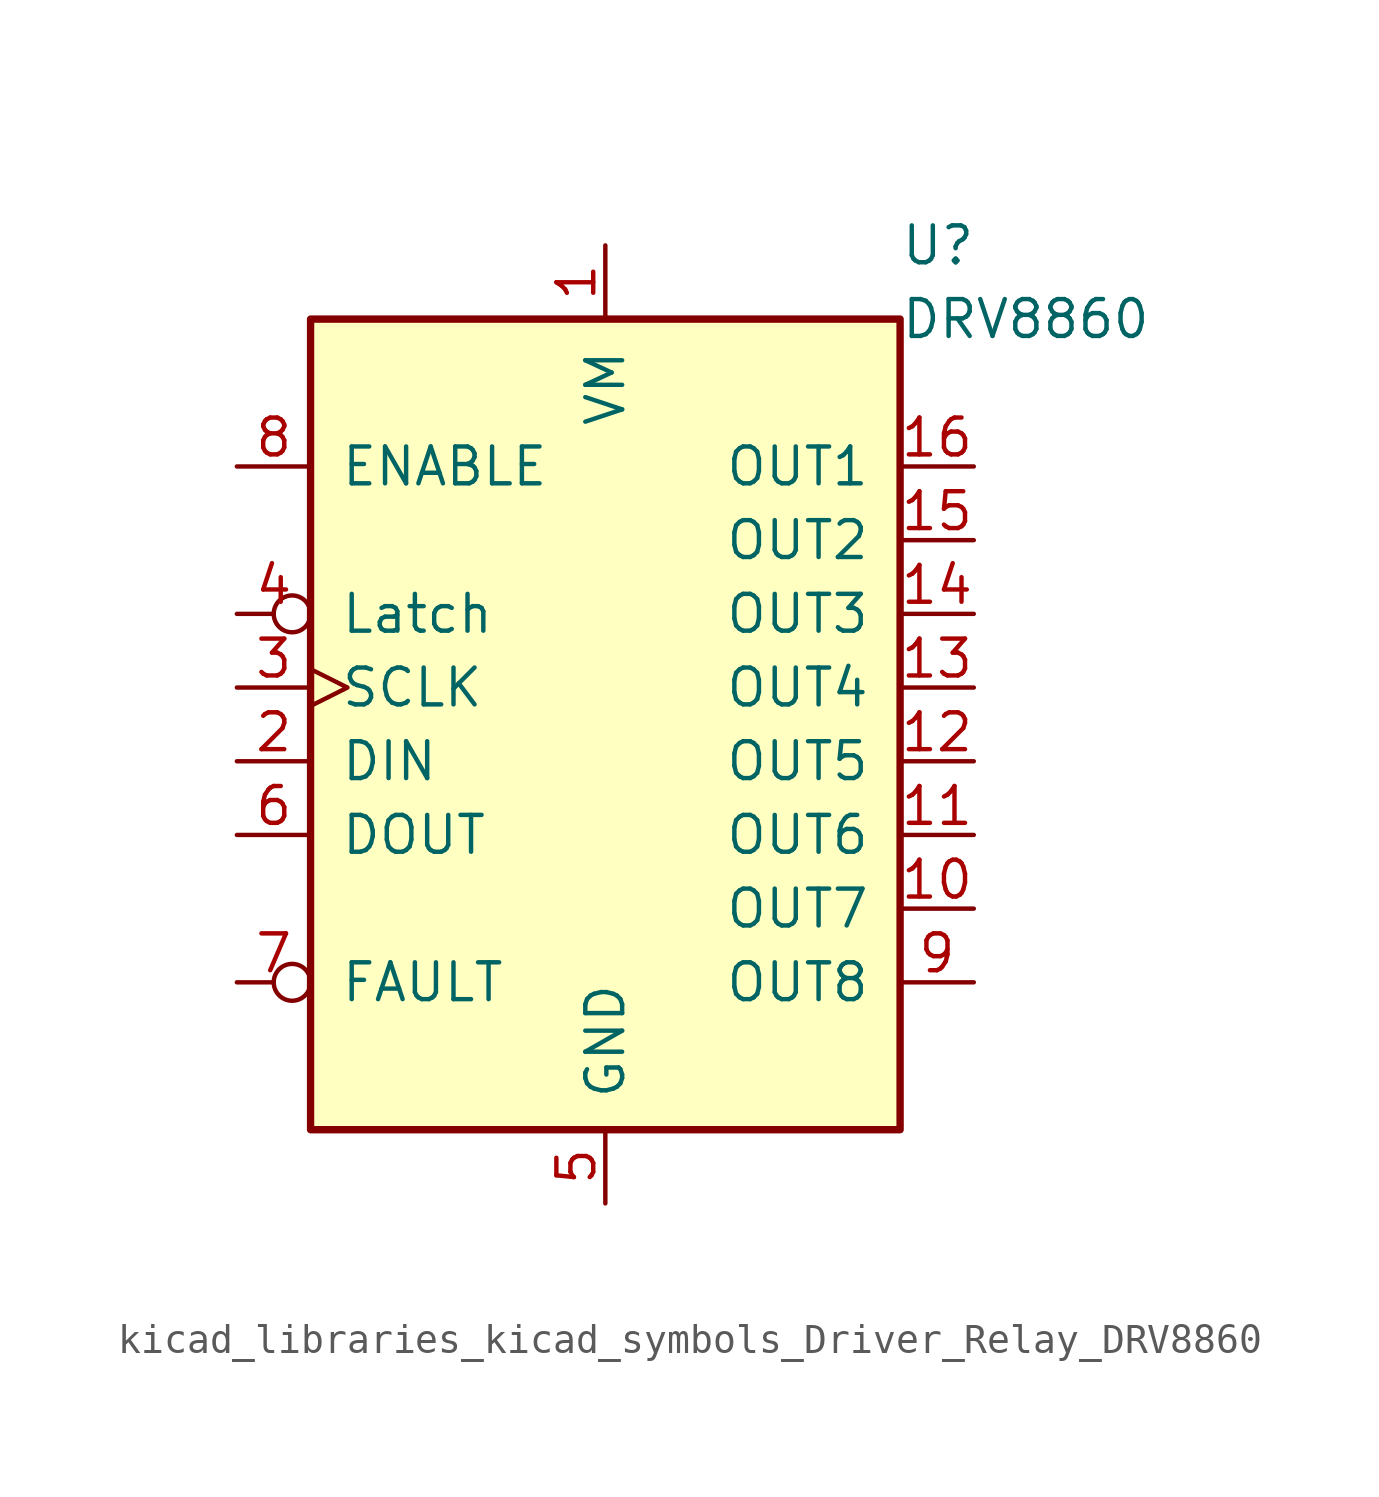
<source format=kicad_sym>
(kicad_symbol_lib
  (version 20220914)
  (generator kicad_symbol_editor)
  (symbol "kicad_libraries_kicad_symbols_Driver_Relay_DRV8860"
    (pin_names
      (offset 1.016))
    (property "Reference" "U"
      (at 10.16 17.78 0)
      (effects (font (size 1.27 1.27)) (justify left)))
    (property "Value" "DRV8860"
      (at 10.16 15.24 0)
      (effects (font (size 1.27 1.27)) (justify left)))
    (symbol "kicad_libraries_kicad_symbols_Driver_Relay_DRV8860_0_1"
      (rectangle (start -10.16 15.24) (end 10.16 -12.7) (stroke (width 0.254) (type default)) (fill (type background))))
    (symbol "kicad_libraries_kicad_symbols_Driver_Relay_DRV8860_1_1"
      (pin power_in line (at 0 17.78 270) (length 2.54) (name "VM" (effects (font (size 1.27 1.27)))) (number "1" (effects (font (size 1.27 1.27)))))
      (pin output line (at 12.7 -5.08 180) (length 2.54) (name "OUT7" (effects (font (size 1.27 1.27)))) (number "10" (effects (font (size 1.27 1.27)))))
      (pin output line (at 12.7 -2.54 180) (length 2.54) (name "OUT6" (effects (font (size 1.27 1.27)))) (number "11" (effects (font (size 1.27 1.27)))))
      (pin output line (at 12.7 0 180) (length 2.54) (name "OUT5" (effects (font (size 1.27 1.27)))) (number "12" (effects (font (size 1.27 1.27)))))
      (pin output line (at 12.7 2.54 180) (length 2.54) (name "OUT4" (effects (font (size 1.27 1.27)))) (number "13" (effects (font (size 1.27 1.27)))))
      (pin output line (at 12.7 5.08 180) (length 2.54) (name "OUT3" (effects (font (size 1.27 1.27)))) (number "14" (effects (font (size 1.27 1.27)))))
      (pin output line (at 12.7 7.62 180) (length 2.54) (name "OUT2" (effects (font (size 1.27 1.27)))) (number "15" (effects (font (size 1.27 1.27)))))
      (pin output line (at 12.7 10.16 180) (length 2.54) (name "OUT1" (effects (font (size 1.27 1.27)))) (number "16" (effects (font (size 1.27 1.27)))))
      (pin input line (at -12.7 0 0) (length 2.54) (name "DIN" (effects (font (size 1.27 1.27)))) (number "2" (effects (font (size 1.27 1.27)))))
      (pin input clock (at -12.7 2.54 0) (length 2.54) (name "SCLK" (effects (font (size 1.27 1.27)))) (number "3" (effects (font (size 1.27 1.27)))))
      (pin input inverted (at -12.7 5.08 0) (length 2.54) (name "Latch" (effects (font (size 1.27 1.27)))) (number "4" (effects (font (size 1.27 1.27)))))
      (pin power_in line (at 0 -15.24 90) (length 2.54) (name "GND" (effects (font (size 1.27 1.27)))) (number "5" (effects (font (size 1.27 1.27)))))
      (pin output line (at -12.7 -2.54 0) (length 2.54) (name "DOUT" (effects (font (size 1.27 1.27)))) (number "6" (effects (font (size 1.27 1.27)))))
      (pin open_collector inverted (at -12.7 -7.62 0) (length 2.54) (name "FAULT" (effects (font (size 1.27 1.27)))) (number "7" (effects (font (size 1.27 1.27)))))
      (pin input line (at -12.7 10.16 0) (length 2.54) (name "ENABLE" (effects (font (size 1.27 1.27)))) (number "8" (effects (font (size 1.27 1.27)))))
      (pin output line (at 12.7 -7.62 180) (length 2.54) (name "OUT8" (effects (font (size 1.27 1.27)))) (number "9" (effects (font (size 1.27 1.27))))))))
</source>
